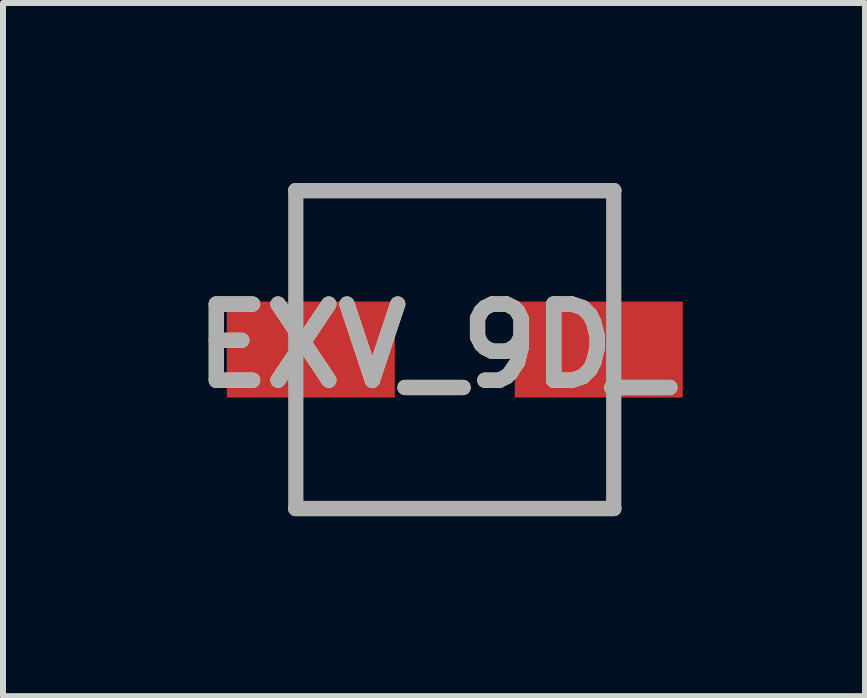
<source format=kicad_pcb>
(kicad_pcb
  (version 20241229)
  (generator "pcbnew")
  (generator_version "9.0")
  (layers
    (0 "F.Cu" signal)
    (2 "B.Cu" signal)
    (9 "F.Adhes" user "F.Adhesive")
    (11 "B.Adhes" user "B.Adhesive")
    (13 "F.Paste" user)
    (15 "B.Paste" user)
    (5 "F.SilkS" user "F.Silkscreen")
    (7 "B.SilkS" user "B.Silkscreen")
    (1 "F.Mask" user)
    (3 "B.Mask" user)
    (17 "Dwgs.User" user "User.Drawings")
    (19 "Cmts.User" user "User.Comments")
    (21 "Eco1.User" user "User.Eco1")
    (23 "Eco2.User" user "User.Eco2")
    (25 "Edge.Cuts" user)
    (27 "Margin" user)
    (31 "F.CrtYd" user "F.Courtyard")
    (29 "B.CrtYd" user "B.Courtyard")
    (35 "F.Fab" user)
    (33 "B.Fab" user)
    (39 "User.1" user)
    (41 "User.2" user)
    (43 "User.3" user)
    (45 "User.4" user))
  (footprint "EXV_9D_"
    (layer "F.Cu")
    (at 4.531 2.777)
    (property "Reference" "EXV_9D_" (at -0.346 -0.063 0) (layer "F.SilkS") (effects (font (size 1.27 1.27) (thickness 0.254))))
    (attr smd)
    (fp_line (start -2.65 -2.65) (end 2.65 -2.65) (stroke (width 0.254) (type solid)) (layer "F.SilkS"))
    (fp_line (start 2.65 2.65) (end -2.65 2.65) (stroke (width 0.254) (type solid)) (layer "F.SilkS"))
    (fp_line (start -2.65 -2.65) (end 2.65 -2.65) (stroke (width 0.254) (type solid)) (layer "F.Fab"))
    (fp_line (start -2.65 2.65) (end -2.65 -2.65) (stroke (width 0.254) (type solid)) (layer "F.Fab"))
    (fp_line (start 2.65 -2.65) (end 2.65 2.65) (stroke (width 0.254) (type solid)) (layer "F.Fab"))
    (fp_line (start 2.65 2.65) (end -2.65 2.65) (stroke (width 0.254) (type solid)) (layer "F.Fab"))
    (fp_text user "${REFERENCE}" (at -0.346 -0.063 0) (layer "F.Fab") (effects (font (size 1.27 1.27) (thickness 0.254))))
    (pad "1" smd rect (at -2.4 0 90) (size 1.6 2.8) (layers "F.Cu" "F.Mask" "F.Paste"))
    (pad "2" smd rect (at 2.4 0 90) (size 1.6 2.8) (layers "F.Cu" "F.Mask" "F.Paste")))
  (gr_rect
    (start -3 -3)
    (end 11.37 8.554)
    (stroke (width 0.1) (type default))
    (fill no)
    (layer "Edge.Cuts")))
</source>
